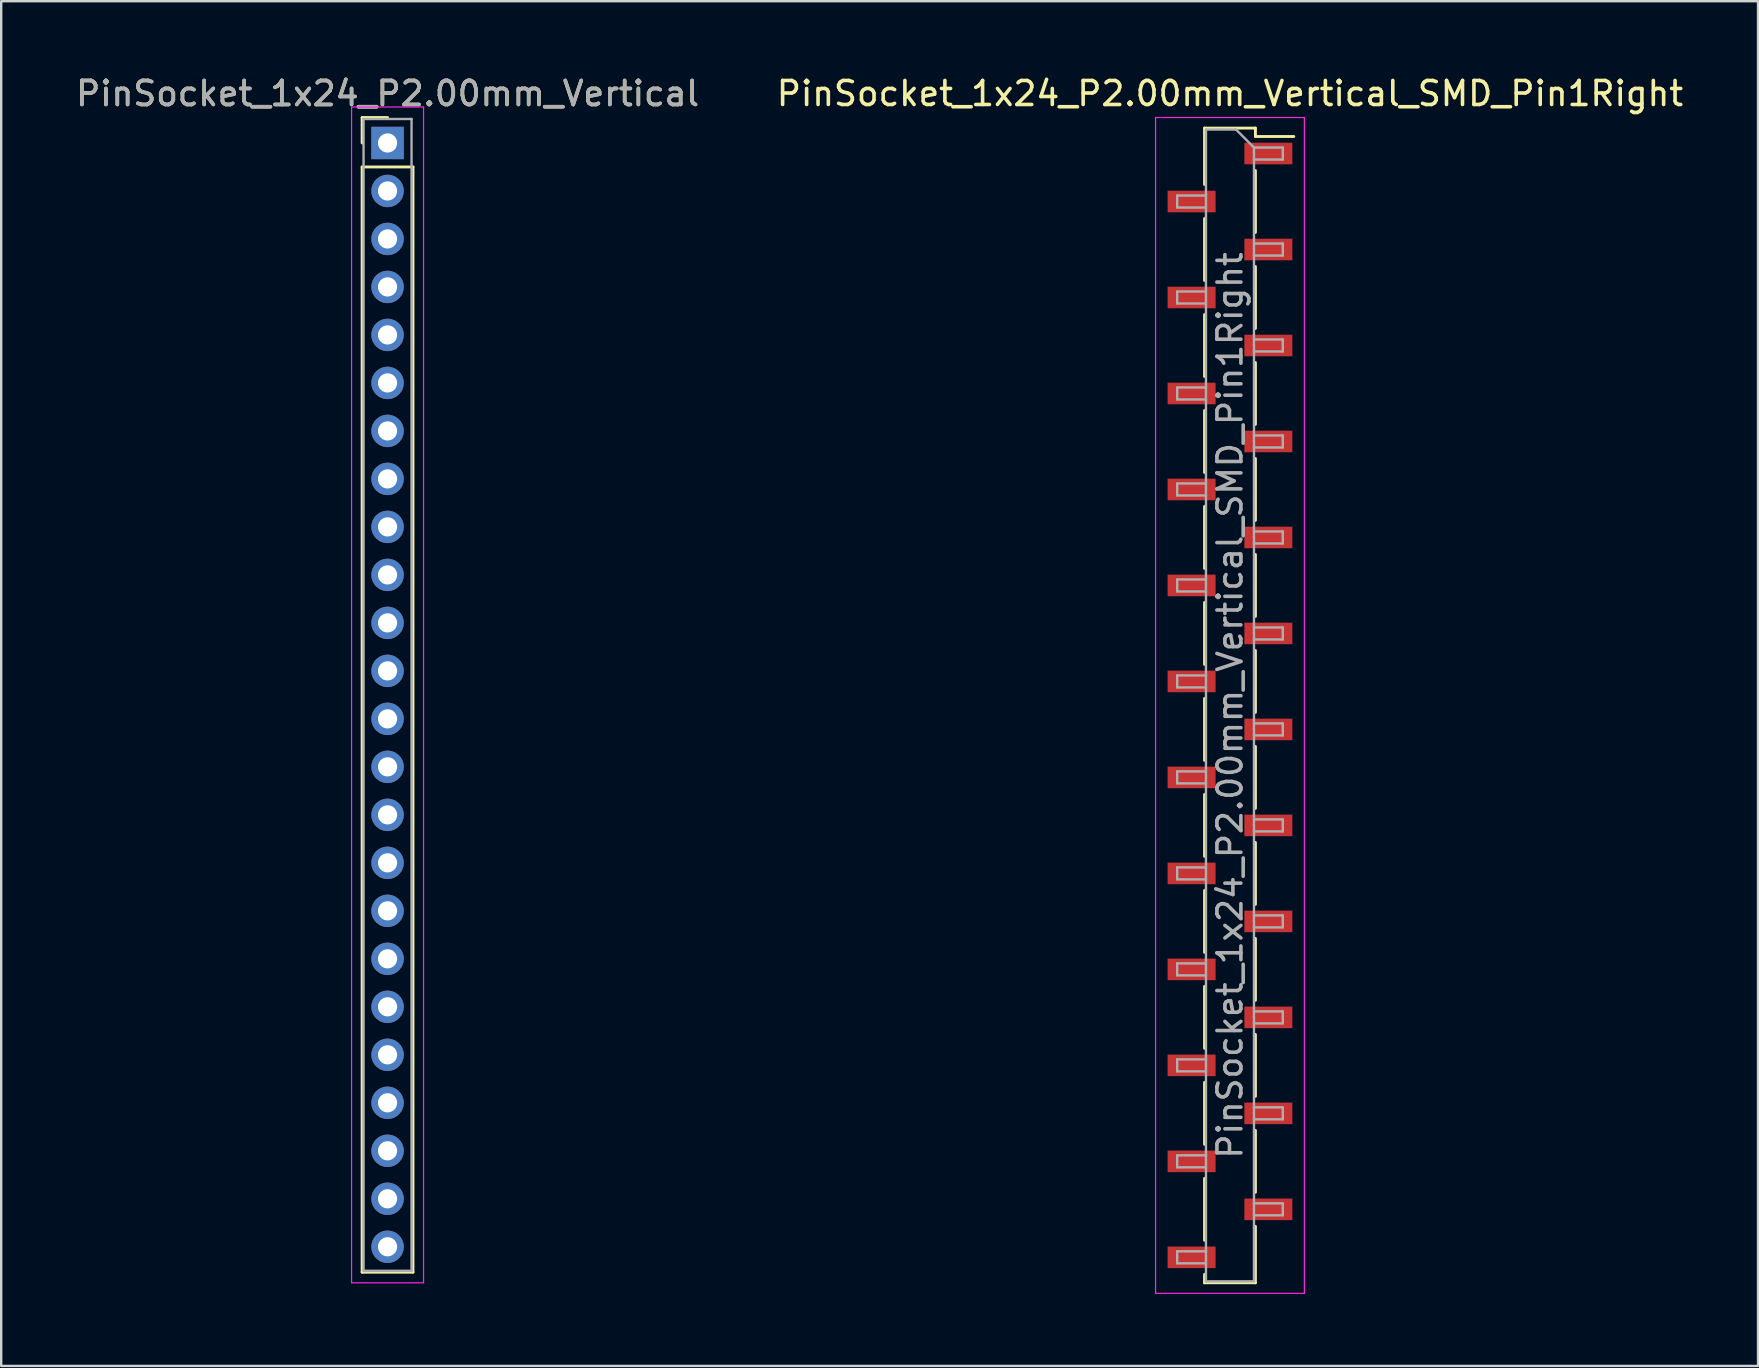
<source format=kicad_pcb>
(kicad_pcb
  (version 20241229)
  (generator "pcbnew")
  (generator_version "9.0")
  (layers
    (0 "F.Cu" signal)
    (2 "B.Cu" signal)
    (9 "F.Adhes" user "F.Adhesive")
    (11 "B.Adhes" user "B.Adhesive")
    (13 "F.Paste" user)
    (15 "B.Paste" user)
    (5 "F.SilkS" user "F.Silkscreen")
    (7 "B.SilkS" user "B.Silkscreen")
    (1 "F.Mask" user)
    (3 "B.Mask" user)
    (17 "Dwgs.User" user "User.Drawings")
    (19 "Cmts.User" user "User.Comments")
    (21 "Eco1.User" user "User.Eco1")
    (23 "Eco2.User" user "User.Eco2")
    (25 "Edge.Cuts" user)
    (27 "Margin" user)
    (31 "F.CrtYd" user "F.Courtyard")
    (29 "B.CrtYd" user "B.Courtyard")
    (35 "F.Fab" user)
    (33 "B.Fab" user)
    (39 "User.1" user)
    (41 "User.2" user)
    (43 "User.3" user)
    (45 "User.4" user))
  (footprint "PinSocket_1x24_P2.00mm_Vertical"
    (layer "F.Cu")
    (at 13.101 2.908)
    (property "Reference" "PinSocket_1x24_P2.00mm_Vertical" (at 0 -2.06 0) (layer "F.SilkS") (effects (font (size 1 1) (thickness 0.15))))
    (attr through_hole)
    (fp_line (start -1.06 -1.06) (end 0 -1.06) (stroke (width 0.12) (type solid)) (layer "F.SilkS"))
    (fp_line (start -1.06 0) (end -1.06 -1.06) (stroke (width 0.12) (type solid)) (layer "F.SilkS"))
    (fp_line (start -1.06 1) (end -1.06 47.06) (stroke (width 0.12) (type solid)) (layer "F.SilkS"))
    (fp_line (start -1.06 47.06) (end 1.06 47.06) (stroke (width 0.12) (type solid)) (layer "F.SilkS"))
    (fp_line (start 1.06 1) (end -1.06 1) (stroke (width 0.12) (type solid)) (layer "F.SilkS"))
    (fp_line (start 1.06 47.06) (end 1.06 1) (stroke (width 0.12) (type solid)) (layer "F.SilkS"))
    (fp_line (start -1.5 -1.5) (end -1.5 47.5) (stroke (width 0.05) (type solid)) (layer "F.CrtYd"))
    (fp_line (start -1.5 47.5) (end 1.5 47.5) (stroke (width 0.05) (type solid)) (layer "F.CrtYd"))
    (fp_line (start 1.5 -1.5) (end -1.5 -1.5) (stroke (width 0.05) (type solid)) (layer "F.CrtYd"))
    (fp_line (start 1.5 47.5) (end 1.5 -1.5) (stroke (width 0.05) (type solid)) (layer "F.CrtYd"))
    (fp_line (start -1 -1) (end -1 47) (stroke (width 0.1) (type solid)) (layer "F.Fab"))
    (fp_line (start -1 47) (end 1 47) (stroke (width 0.1) (type solid)) (layer "F.Fab"))
    (fp_line (start 1 -1) (end -1 -1) (stroke (width 0.1) (type solid)) (layer "F.Fab"))
    (fp_line (start 1 47) (end 1 -1) (stroke (width 0.1) (type solid)) (layer "F.Fab"))
    (fp_text user "${REFERENCE}" (at 0 -2.06 0) (layer "F.Fab") (effects (font (size 1 1) (thickness 0.15))))
    (pad "1" thru_hole rect (at 0 0) (size 1.35 1.35) (drill 0.8) (layers "*.Cu" "*.Mask"))
    (pad "2" thru_hole oval (at 0 2) (size 1.35 1.35) (drill 0.8) (layers "*.Cu" "*.Mask"))
    (pad "3" thru_hole oval (at 0 4) (size 1.35 1.35) (drill 0.8) (layers "*.Cu" "*.Mask"))
    (pad "4" thru_hole oval (at 0 6) (size 1.35 1.35) (drill 0.8) (layers "*.Cu" "*.Mask"))
    (pad "5" thru_hole oval (at 0 8) (size 1.35 1.35) (drill 0.8) (layers "*.Cu" "*.Mask"))
    (pad "6" thru_hole oval (at 0 10) (size 1.35 1.35) (drill 0.8) (layers "*.Cu" "*.Mask"))
    (pad "7" thru_hole oval (at 0 12) (size 1.35 1.35) (drill 0.8) (layers "*.Cu" "*.Mask"))
    (pad "8" thru_hole oval (at 0 14) (size 1.35 1.35) (drill 0.8) (layers "*.Cu" "*.Mask"))
    (pad "9" thru_hole oval (at 0 16) (size 1.35 1.35) (drill 0.8) (layers "*.Cu" "*.Mask"))
    (pad "10" thru_hole oval (at 0 18) (size 1.35 1.35) (drill 0.8) (layers "*.Cu" "*.Mask"))
    (pad "11" thru_hole oval (at 0 20) (size 1.35 1.35) (drill 0.8) (layers "*.Cu" "*.Mask"))
    (pad "12" thru_hole oval (at 0 22) (size 1.35 1.35) (drill 0.8) (layers "*.Cu" "*.Mask"))
    (pad "13" thru_hole oval (at 0 24) (size 1.35 1.35) (drill 0.8) (layers "*.Cu" "*.Mask"))
    (pad "14" thru_hole oval (at 0 26) (size 1.35 1.35) (drill 0.8) (layers "*.Cu" "*.Mask"))
    (pad "15" thru_hole oval (at 0 28) (size 1.35 1.35) (drill 0.8) (layers "*.Cu" "*.Mask"))
    (pad "16" thru_hole oval (at 0 30) (size 1.35 1.35) (drill 0.8) (layers "*.Cu" "*.Mask"))
    (pad "17" thru_hole oval (at 0 32) (size 1.35 1.35) (drill 0.8) (layers "*.Cu" "*.Mask"))
    (pad "18" thru_hole oval (at 0 34) (size 1.35 1.35) (drill 0.8) (layers "*.Cu" "*.Mask"))
    (pad "19" thru_hole oval (at 0 36) (size 1.35 1.35) (drill 0.8) (layers "*.Cu" "*.Mask"))
    (pad "20" thru_hole oval (at 0 38) (size 1.35 1.35) (drill 0.8) (layers "*.Cu" "*.Mask"))
    (pad "21" thru_hole oval (at 0 40) (size 1.35 1.35) (drill 0.8) (layers "*.Cu" "*.Mask"))
    (pad "22" thru_hole oval (at 0 42) (size 1.35 1.35) (drill 0.8) (layers "*.Cu" "*.Mask"))
    (pad "23" thru_hole oval (at 0 44) (size 1.35 1.35) (drill 0.8) (layers "*.Cu" "*.Mask"))
    (pad "24" thru_hole oval (at 0 46) (size 1.35 1.35) (drill 0.8) (layers "*.Cu" "*.Mask")))
  (footprint "PinSocket_1x24_P2.00mm_Vertical_SMD_Pin1Right"
    (layer "F.Cu")
    (at 48.208 26.348)
    (property "Reference" "PinSocket_1x24_P2.00mm_Vertical_SMD_Pin1Right" (at 0 -25.5 0) (layer "F.SilkS") (effects (font (size 1 1) (thickness 0.15))))
    (attr smd)
    (fp_line (start -1.06 -24.06) (end -1.06 -21.71) (stroke (width 0.12) (type solid)) (layer "F.SilkS"))
    (fp_line (start -1.06 -24.06) (end 1.06 -24.06) (stroke (width 0.12) (type solid)) (layer "F.SilkS"))
    (fp_line (start -1.06 -20.29) (end -1.06 -17.71) (stroke (width 0.12) (type solid)) (layer "F.SilkS"))
    (fp_line (start -1.06 -16.29) (end -1.06 -13.71) (stroke (width 0.12) (type solid)) (layer "F.SilkS"))
    (fp_line (start -1.06 -12.29) (end -1.06 -9.71) (stroke (width 0.12) (type solid)) (layer "F.SilkS"))
    (fp_line (start -1.06 -8.29) (end -1.06 -5.71) (stroke (width 0.12) (type solid)) (layer "F.SilkS"))
    (fp_line (start -1.06 -4.29) (end -1.06 -1.71) (stroke (width 0.12) (type solid)) (layer "F.SilkS"))
    (fp_line (start -1.06 -0.29) (end -1.06 2.29) (stroke (width 0.12) (type solid)) (layer "F.SilkS"))
    (fp_line (start -1.06 3.71) (end -1.06 6.29) (stroke (width 0.12) (type solid)) (layer "F.SilkS"))
    (fp_line (start -1.06 7.71) (end -1.06 10.29) (stroke (width 0.12) (type solid)) (layer "F.SilkS"))
    (fp_line (start -1.06 11.71) (end -1.06 14.29) (stroke (width 0.12) (type solid)) (layer "F.SilkS"))
    (fp_line (start -1.06 15.71) (end -1.06 18.29) (stroke (width 0.12) (type solid)) (layer "F.SilkS"))
    (fp_line (start -1.06 19.71) (end -1.06 22.29) (stroke (width 0.12) (type solid)) (layer "F.SilkS"))
    (fp_line (start -1.06 24.06) (end -1.06 23.71) (stroke (width 0.12) (type solid)) (layer "F.SilkS"))
    (fp_line (start 1.06 -24.06) (end 1.06 -23.71) (stroke (width 0.12) (type solid)) (layer "F.SilkS"))
    (fp_line (start 1.06 -23.71) (end 2.66 -23.71) (stroke (width 0.12) (type solid)) (layer "F.SilkS"))
    (fp_line (start 1.06 -22.29) (end 1.06 -19.71) (stroke (width 0.12) (type solid)) (layer "F.SilkS"))
    (fp_line (start 1.06 -18.29) (end 1.06 -15.71) (stroke (width 0.12) (type solid)) (layer "F.SilkS"))
    (fp_line (start 1.06 -14.29) (end 1.06 -11.71) (stroke (width 0.12) (type solid)) (layer "F.SilkS"))
    (fp_line (start 1.06 -10.29) (end 1.06 -7.71) (stroke (width 0.12) (type solid)) (layer "F.SilkS"))
    (fp_line (start 1.06 -6.29) (end 1.06 -3.71) (stroke (width 0.12) (type solid)) (layer "F.SilkS"))
    (fp_line (start 1.06 -2.29) (end 1.06 0.29) (stroke (width 0.12) (type solid)) (layer "F.SilkS"))
    (fp_line (start 1.06 1.71) (end 1.06 4.29) (stroke (width 0.12) (type solid)) (layer "F.SilkS"))
    (fp_line (start 1.06 5.71) (end 1.06 8.29) (stroke (width 0.12) (type solid)) (layer "F.SilkS"))
    (fp_line (start 1.06 9.71) (end 1.06 12.29) (stroke (width 0.12) (type solid)) (layer "F.SilkS"))
    (fp_line (start 1.06 13.71) (end 1.06 16.29) (stroke (width 0.12) (type solid)) (layer "F.SilkS"))
    (fp_line (start 1.06 17.71) (end 1.06 20.29) (stroke (width 0.12) (type solid)) (layer "F.SilkS"))
    (fp_line (start 1.06 21.71) (end 1.06 24.06) (stroke (width 0.12) (type solid)) (layer "F.SilkS"))
    (fp_line (start 1.06 24.06) (end -1.06 24.06) (stroke (width 0.12) (type solid)) (layer "F.SilkS"))
    (fp_line (start -3.1 -24.5) (end 3.1 -24.5) (stroke (width 0.05) (type solid)) (layer "F.CrtYd"))
    (fp_line (start -3.1 24.5) (end -3.1 -24.5) (stroke (width 0.05) (type solid)) (layer "F.CrtYd"))
    (fp_line (start 3.1 -24.5) (end 3.1 24.5) (stroke (width 0.05) (type solid)) (layer "F.CrtYd"))
    (fp_line (start 3.1 24.5) (end -3.1 24.5) (stroke (width 0.05) (type solid)) (layer "F.CrtYd"))
    (fp_line (start -2.2 -21.25) (end -1 -21.25) (stroke (width 0.1) (type solid)) (layer "F.Fab"))
    (fp_line (start -2.2 -20.75) (end -2.2 -21.25) (stroke (width 0.1) (type solid)) (layer "F.Fab"))
    (fp_line (start -2.2 -17.25) (end -1 -17.25) (stroke (width 0.1) (type solid)) (layer "F.Fab"))
    (fp_line (start -2.2 -16.75) (end -2.2 -17.25) (stroke (width 0.1) (type solid)) (layer "F.Fab"))
    (fp_line (start -2.2 -13.25) (end -1 -13.25) (stroke (width 0.1) (type solid)) (layer "F.Fab"))
    (fp_line (start -2.2 -12.75) (end -2.2 -13.25) (stroke (width 0.1) (type solid)) (layer "F.Fab"))
    (fp_line (start -2.2 -9.25) (end -1 -9.25) (stroke (width 0.1) (type solid)) (layer "F.Fab"))
    (fp_line (start -2.2 -8.75) (end -2.2 -9.25) (stroke (width 0.1) (type solid)) (layer "F.Fab"))
    (fp_line (start -2.2 -5.25) (end -1 -5.25) (stroke (width 0.1) (type solid)) (layer "F.Fab"))
    (fp_line (start -2.2 -4.75) (end -2.2 -5.25) (stroke (width 0.1) (type solid)) (layer "F.Fab"))
    (fp_line (start -2.2 -1.25) (end -1 -1.25) (stroke (width 0.1) (type solid)) (layer "F.Fab"))
    (fp_line (start -2.2 -0.75) (end -2.2 -1.25) (stroke (width 0.1) (type solid)) (layer "F.Fab"))
    (fp_line (start -2.2 2.75) (end -1 2.75) (stroke (width 0.1) (type solid)) (layer "F.Fab"))
    (fp_line (start -2.2 3.25) (end -2.2 2.75) (stroke (width 0.1) (type solid)) (layer "F.Fab"))
    (fp_line (start -2.2 6.75) (end -1 6.75) (stroke (width 0.1) (type solid)) (layer "F.Fab"))
    (fp_line (start -2.2 7.25) (end -2.2 6.75) (stroke (width 0.1) (type solid)) (layer "F.Fab"))
    (fp_line (start -2.2 10.75) (end -1 10.75) (stroke (width 0.1) (type solid)) (layer "F.Fab"))
    (fp_line (start -2.2 11.25) (end -2.2 10.75) (stroke (width 0.1) (type solid)) (layer "F.Fab"))
    (fp_line (start -2.2 14.75) (end -1 14.75) (stroke (width 0.1) (type solid)) (layer "F.Fab"))
    (fp_line (start -2.2 15.25) (end -2.2 14.75) (stroke (width 0.1) (type solid)) (layer "F.Fab"))
    (fp_line (start -2.2 18.75) (end -1 18.75) (stroke (width 0.1) (type solid)) (layer "F.Fab"))
    (fp_line (start -2.2 19.25) (end -2.2 18.75) (stroke (width 0.1) (type solid)) (layer "F.Fab"))
    (fp_line (start -2.2 22.75) (end -1 22.75) (stroke (width 0.1) (type solid)) (layer "F.Fab"))
    (fp_line (start -2.2 23.25) (end -2.2 22.75) (stroke (width 0.1) (type solid)) (layer "F.Fab"))
    (fp_line (start -1 -24) (end 0.25 -24) (stroke (width 0.1) (type solid)) (layer "F.Fab"))
    (fp_line (start -1 -20.75) (end -2.2 -20.75) (stroke (width 0.1) (type solid)) (layer "F.Fab"))
    (fp_line (start -1 -16.75) (end -2.2 -16.75) (stroke (width 0.1) (type solid)) (layer "F.Fab"))
    (fp_line (start -1 -12.75) (end -2.2 -12.75) (stroke (width 0.1) (type solid)) (layer "F.Fab"))
    (fp_line (start -1 -8.75) (end -2.2 -8.75) (stroke (width 0.1) (type solid)) (layer "F.Fab"))
    (fp_line (start -1 -4.75) (end -2.2 -4.75) (stroke (width 0.1) (type solid)) (layer "F.Fab"))
    (fp_line (start -1 -0.75) (end -2.2 -0.75) (stroke (width 0.1) (type solid)) (layer "F.Fab"))
    (fp_line (start -1 3.25) (end -2.2 3.25) (stroke (width 0.1) (type solid)) (layer "F.Fab"))
    (fp_line (start -1 7.25) (end -2.2 7.25) (stroke (width 0.1) (type solid)) (layer "F.Fab"))
    (fp_line (start -1 11.25) (end -2.2 11.25) (stroke (width 0.1) (type solid)) (layer "F.Fab"))
    (fp_line (start -1 15.25) (end -2.2 15.25) (stroke (width 0.1) (type solid)) (layer "F.Fab"))
    (fp_line (start -1 19.25) (end -2.2 19.25) (stroke (width 0.1) (type solid)) (layer "F.Fab"))
    (fp_line (start -1 23.25) (end -2.2 23.25) (stroke (width 0.1) (type solid)) (layer "F.Fab"))
    (fp_line (start -1 24) (end -1 -24) (stroke (width 0.1) (type solid)) (layer "F.Fab"))
    (fp_line (start 0.25 -24) (end 1 -23.25) (stroke (width 0.1) (type solid)) (layer "F.Fab"))
    (fp_line (start 1 -23.25) (end 1 24) (stroke (width 0.1) (type solid)) (layer "F.Fab"))
    (fp_line (start 1 -23.25) (end 2.2 -23.25) (stroke (width 0.1) (type solid)) (layer "F.Fab"))
    (fp_line (start 1 -19.25) (end 2.2 -19.25) (stroke (width 0.1) (type solid)) (layer "F.Fab"))
    (fp_line (start 1 -15.25) (end 2.2 -15.25) (stroke (width 0.1) (type solid)) (layer "F.Fab"))
    (fp_line (start 1 -11.25) (end 2.2 -11.25) (stroke (width 0.1) (type solid)) (layer "F.Fab"))
    (fp_line (start 1 -7.25) (end 2.2 -7.25) (stroke (width 0.1) (type solid)) (layer "F.Fab"))
    (fp_line (start 1 -3.25) (end 2.2 -3.25) (stroke (width 0.1) (type solid)) (layer "F.Fab"))
    (fp_line (start 1 0.75) (end 2.2 0.75) (stroke (width 0.1) (type solid)) (layer "F.Fab"))
    (fp_line (start 1 4.75) (end 2.2 4.75) (stroke (width 0.1) (type solid)) (layer "F.Fab"))
    (fp_line (start 1 8.75) (end 2.2 8.75) (stroke (width 0.1) (type solid)) (layer "F.Fab"))
    (fp_line (start 1 12.75) (end 2.2 12.75) (stroke (width 0.1) (type solid)) (layer "F.Fab"))
    (fp_line (start 1 16.75) (end 2.2 16.75) (stroke (width 0.1) (type solid)) (layer "F.Fab"))
    (fp_line (start 1 20.75) (end 2.2 20.75) (stroke (width 0.1) (type solid)) (layer "F.Fab"))
    (fp_line (start 1 24) (end -1 24) (stroke (width 0.1) (type solid)) (layer "F.Fab"))
    (fp_line (start 2.2 -23.25) (end 2.2 -22.75) (stroke (width 0.1) (type solid)) (layer "F.Fab"))
    (fp_line (start 2.2 -22.75) (end 1 -22.75) (stroke (width 0.1) (type solid)) (layer "F.Fab"))
    (fp_line (start 2.2 -19.25) (end 2.2 -18.75) (stroke (width 0.1) (type solid)) (layer "F.Fab"))
    (fp_line (start 2.2 -18.75) (end 1 -18.75) (stroke (width 0.1) (type solid)) (layer "F.Fab"))
    (fp_line (start 2.2 -15.25) (end 2.2 -14.75) (stroke (width 0.1) (type solid)) (layer "F.Fab"))
    (fp_line (start 2.2 -14.75) (end 1 -14.75) (stroke (width 0.1) (type solid)) (layer "F.Fab"))
    (fp_line (start 2.2 -11.25) (end 2.2 -10.75) (stroke (width 0.1) (type solid)) (layer "F.Fab"))
    (fp_line (start 2.2 -10.75) (end 1 -10.75) (stroke (width 0.1) (type solid)) (layer "F.Fab"))
    (fp_line (start 2.2 -7.25) (end 2.2 -6.75) (stroke (width 0.1) (type solid)) (layer "F.Fab"))
    (fp_line (start 2.2 -6.75) (end 1 -6.75) (stroke (width 0.1) (type solid)) (layer "F.Fab"))
    (fp_line (start 2.2 -3.25) (end 2.2 -2.75) (stroke (width 0.1) (type solid)) (layer "F.Fab"))
    (fp_line (start 2.2 -2.75) (end 1 -2.75) (stroke (width 0.1) (type solid)) (layer "F.Fab"))
    (fp_line (start 2.2 0.75) (end 2.2 1.25) (stroke (width 0.1) (type solid)) (layer "F.Fab"))
    (fp_line (start 2.2 1.25) (end 1 1.25) (stroke (width 0.1) (type solid)) (layer "F.Fab"))
    (fp_line (start 2.2 4.75) (end 2.2 5.25) (stroke (width 0.1) (type solid)) (layer "F.Fab"))
    (fp_line (start 2.2 5.25) (end 1 5.25) (stroke (width 0.1) (type solid)) (layer "F.Fab"))
    (fp_line (start 2.2 8.75) (end 2.2 9.25) (stroke (width 0.1) (type solid)) (layer "F.Fab"))
    (fp_line (start 2.2 9.25) (end 1 9.25) (stroke (width 0.1) (type solid)) (layer "F.Fab"))
    (fp_line (start 2.2 12.75) (end 2.2 13.25) (stroke (width 0.1) (type solid)) (layer "F.Fab"))
    (fp_line (start 2.2 13.25) (end 1 13.25) (stroke (width 0.1) (type solid)) (layer "F.Fab"))
    (fp_line (start 2.2 16.75) (end 2.2 17.25) (stroke (width 0.1) (type solid)) (layer "F.Fab"))
    (fp_line (start 2.2 17.25) (end 1 17.25) (stroke (width 0.1) (type solid)) (layer "F.Fab"))
    (fp_line (start 2.2 20.75) (end 2.2 21.25) (stroke (width 0.1) (type solid)) (layer "F.Fab"))
    (fp_line (start 2.2 21.25) (end 1 21.25) (stroke (width 0.1) (type solid)) (layer "F.Fab"))
    (fp_text user "${REFERENCE}" (at 0 0 90) (layer "F.Fab") (effects (font (size 1 1) (thickness 0.15))))
    (pad "1" smd rect (at 1.6 -23) (size 2 0.9) (layers "F.Cu" "F.Mask" "F.Paste"))
    (pad "2" smd rect (at -1.6 -21) (size 2 0.9) (layers "F.Cu" "F.Mask" "F.Paste"))
    (pad "3" smd rect (at 1.6 -19) (size 2 0.9) (layers "F.Cu" "F.Mask" "F.Paste"))
    (pad "4" smd rect (at -1.6 -17) (size 2 0.9) (layers "F.Cu" "F.Mask" "F.Paste"))
    (pad "5" smd rect (at 1.6 -15) (size 2 0.9) (layers "F.Cu" "F.Mask" "F.Paste"))
    (pad "6" smd rect (at -1.6 -13) (size 2 0.9) (layers "F.Cu" "F.Mask" "F.Paste"))
    (pad "7" smd rect (at 1.6 -11) (size 2 0.9) (layers "F.Cu" "F.Mask" "F.Paste"))
    (pad "8" smd rect (at -1.6 -9) (size 2 0.9) (layers "F.Cu" "F.Mask" "F.Paste"))
    (pad "9" smd rect (at 1.6 -7) (size 2 0.9) (layers "F.Cu" "F.Mask" "F.Paste"))
    (pad "10" smd rect (at -1.6 -5) (size 2 0.9) (layers "F.Cu" "F.Mask" "F.Paste"))
    (pad "11" smd rect (at 1.6 -3) (size 2 0.9) (layers "F.Cu" "F.Mask" "F.Paste"))
    (pad "12" smd rect (at -1.6 -1) (size 2 0.9) (layers "F.Cu" "F.Mask" "F.Paste"))
    (pad "13" smd rect (at 1.6 1) (size 2 0.9) (layers "F.Cu" "F.Mask" "F.Paste"))
    (pad "14" smd rect (at -1.6 3) (size 2 0.9) (layers "F.Cu" "F.Mask" "F.Paste"))
    (pad "15" smd rect (at 1.6 5) (size 2 0.9) (layers "F.Cu" "F.Mask" "F.Paste"))
    (pad "16" smd rect (at -1.6 7) (size 2 0.9) (layers "F.Cu" "F.Mask" "F.Paste"))
    (pad "17" smd rect (at 1.6 9) (size 2 0.9) (layers "F.Cu" "F.Mask" "F.Paste"))
    (pad "18" smd rect (at -1.6 11) (size 2 0.9) (layers "F.Cu" "F.Mask" "F.Paste"))
    (pad "19" smd rect (at 1.6 13) (size 2 0.9) (layers "F.Cu" "F.Mask" "F.Paste"))
    (pad "20" smd rect (at -1.6 15) (size 2 0.9) (layers "F.Cu" "F.Mask" "F.Paste"))
    (pad "21" smd rect (at 1.6 17) (size 2 0.9) (layers "F.Cu" "F.Mask" "F.Paste"))
    (pad "22" smd rect (at -1.6 19) (size 2 0.9) (layers "F.Cu" "F.Mask" "F.Paste"))
    (pad "23" smd rect (at 1.6 21) (size 2 0.9) (layers "F.Cu" "F.Mask" "F.Paste"))
    (pad "24" smd rect (at -1.6 23) (size 2 0.9) (layers "F.Cu" "F.Mask" "F.Paste")))
  (gr_rect
    (start -3 -3)
    (end 70.214 53.873)
    (stroke (width 0.1) (type default))
    (fill no)
    (layer "Edge.Cuts")))
</source>
